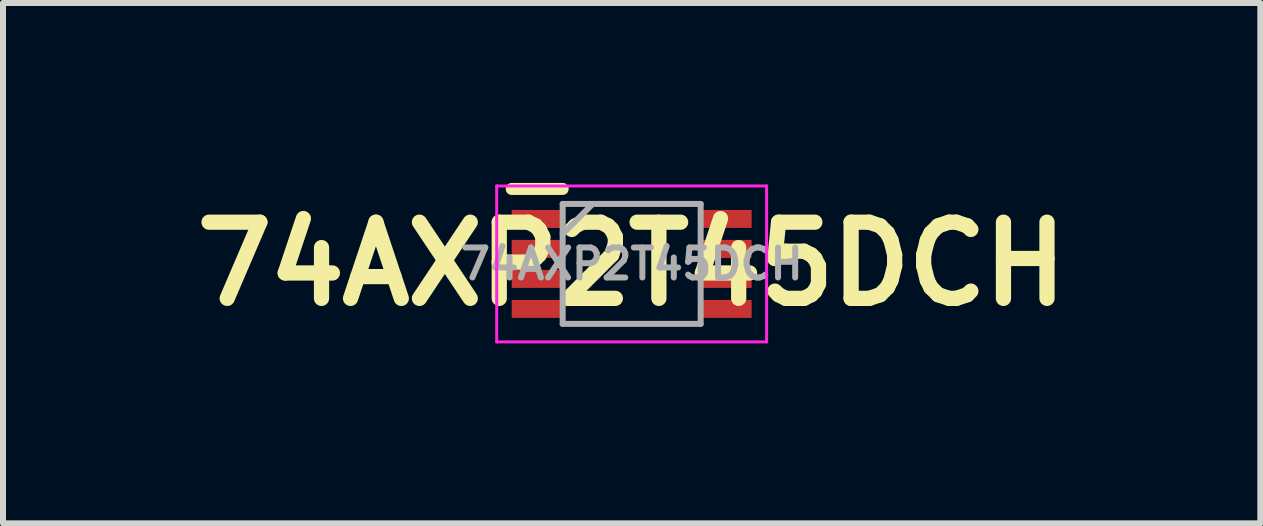
<source format=kicad_pcb>
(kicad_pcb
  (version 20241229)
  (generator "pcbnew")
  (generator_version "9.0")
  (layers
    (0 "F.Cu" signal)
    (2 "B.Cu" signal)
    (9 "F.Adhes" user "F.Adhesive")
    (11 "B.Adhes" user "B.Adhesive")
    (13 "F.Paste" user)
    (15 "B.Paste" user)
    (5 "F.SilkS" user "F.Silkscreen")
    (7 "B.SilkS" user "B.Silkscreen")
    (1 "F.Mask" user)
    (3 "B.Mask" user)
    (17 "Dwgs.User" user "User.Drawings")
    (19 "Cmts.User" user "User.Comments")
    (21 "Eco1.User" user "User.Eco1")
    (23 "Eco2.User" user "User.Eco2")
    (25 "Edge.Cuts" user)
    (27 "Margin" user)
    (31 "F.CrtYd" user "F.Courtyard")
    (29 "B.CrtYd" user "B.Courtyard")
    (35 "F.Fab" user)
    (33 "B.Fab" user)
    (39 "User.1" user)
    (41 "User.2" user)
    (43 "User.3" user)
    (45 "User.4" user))
  (footprint "74AXP2T45DCH"
    (layer "F.Cu")
    (at 7.481 1.35)
    (property "Reference" "74AXP2T45DCH" (at 0 0 0) (layer "F.SilkS") (effects (font (size 1.27 1.27) (thickness 0.254))))
    (attr smd)
    (fp_line (start -2 -1.25) (end -1.15 -1.25) (stroke (width 0.2) (type solid)) (layer "F.SilkS"))
    (fp_line (start -2.25 -1.3) (end 2.25 -1.3) (stroke (width 0.05) (type solid)) (layer "F.CrtYd"))
    (fp_line (start -2.25 1.3) (end -2.25 -1.3) (stroke (width 0.05) (type solid)) (layer "F.CrtYd"))
    (fp_line (start 2.25 -1.3) (end 2.25 1.3) (stroke (width 0.05) (type solid)) (layer "F.CrtYd"))
    (fp_line (start 2.25 1.3) (end -2.25 1.3) (stroke (width 0.05) (type solid)) (layer "F.CrtYd"))
    (fp_line (start -1.15 -1) (end 1.15 -1) (stroke (width 0.1) (type solid)) (layer "F.Fab"))
    (fp_line (start -1.15 -0.5) (end -0.65 -1) (stroke (width 0.1) (type solid)) (layer "F.Fab"))
    (fp_line (start -1.15 1) (end -1.15 -1) (stroke (width 0.1) (type solid)) (layer "F.Fab"))
    (fp_line (start 1.15 -1) (end 1.15 1) (stroke (width 0.1) (type solid)) (layer "F.Fab"))
    (fp_line (start 1.15 1) (end -1.15 1) (stroke (width 0.1) (type solid)) (layer "F.Fab"))
    (fp_text user "${REFERENCE}" (at 0 0 0) (layer "F.Fab") (effects (font (size 0.5 0.5) (thickness 0.1))))
    (pad "1" smd rect (at -1.575 -0.75 90) (size 0.3 0.85) (layers "F.Cu" "F.Mask" "F.Paste"))
    (pad "2" smd rect (at -1.575 -0.25 90) (size 0.3 0.85) (layers "F.Cu" "F.Mask" "F.Paste"))
    (pad "3" smd rect (at -1.575 0.25 90) (size 0.3 0.85) (layers "F.Cu" "F.Mask" "F.Paste"))
    (pad "4" smd rect (at -1.575 0.75 90) (size 0.3 0.85) (layers "F.Cu" "F.Mask" "F.Paste"))
    (pad "5" smd rect (at 1.575 0.75 90) (size 0.3 0.85) (layers "F.Cu" "F.Mask" "F.Paste"))
    (pad "6" smd rect (at 1.575 0.25 90) (size 0.3 0.85) (layers "F.Cu" "F.Mask" "F.Paste"))
    (pad "7" smd rect (at 1.575 -0.25 90) (size 0.3 0.85) (layers "F.Cu" "F.Mask" "F.Paste"))
    (pad "8" smd rect (at 1.575 -0.75 90) (size 0.3 0.85) (layers "F.Cu" "F.Mask" "F.Paste")))
  (gr_rect
    (start -3 -3)
    (end 17.962 5.675)
    (stroke (width 0.1) (type default))
    (fill no)
    (layer "Edge.Cuts")))
</source>
